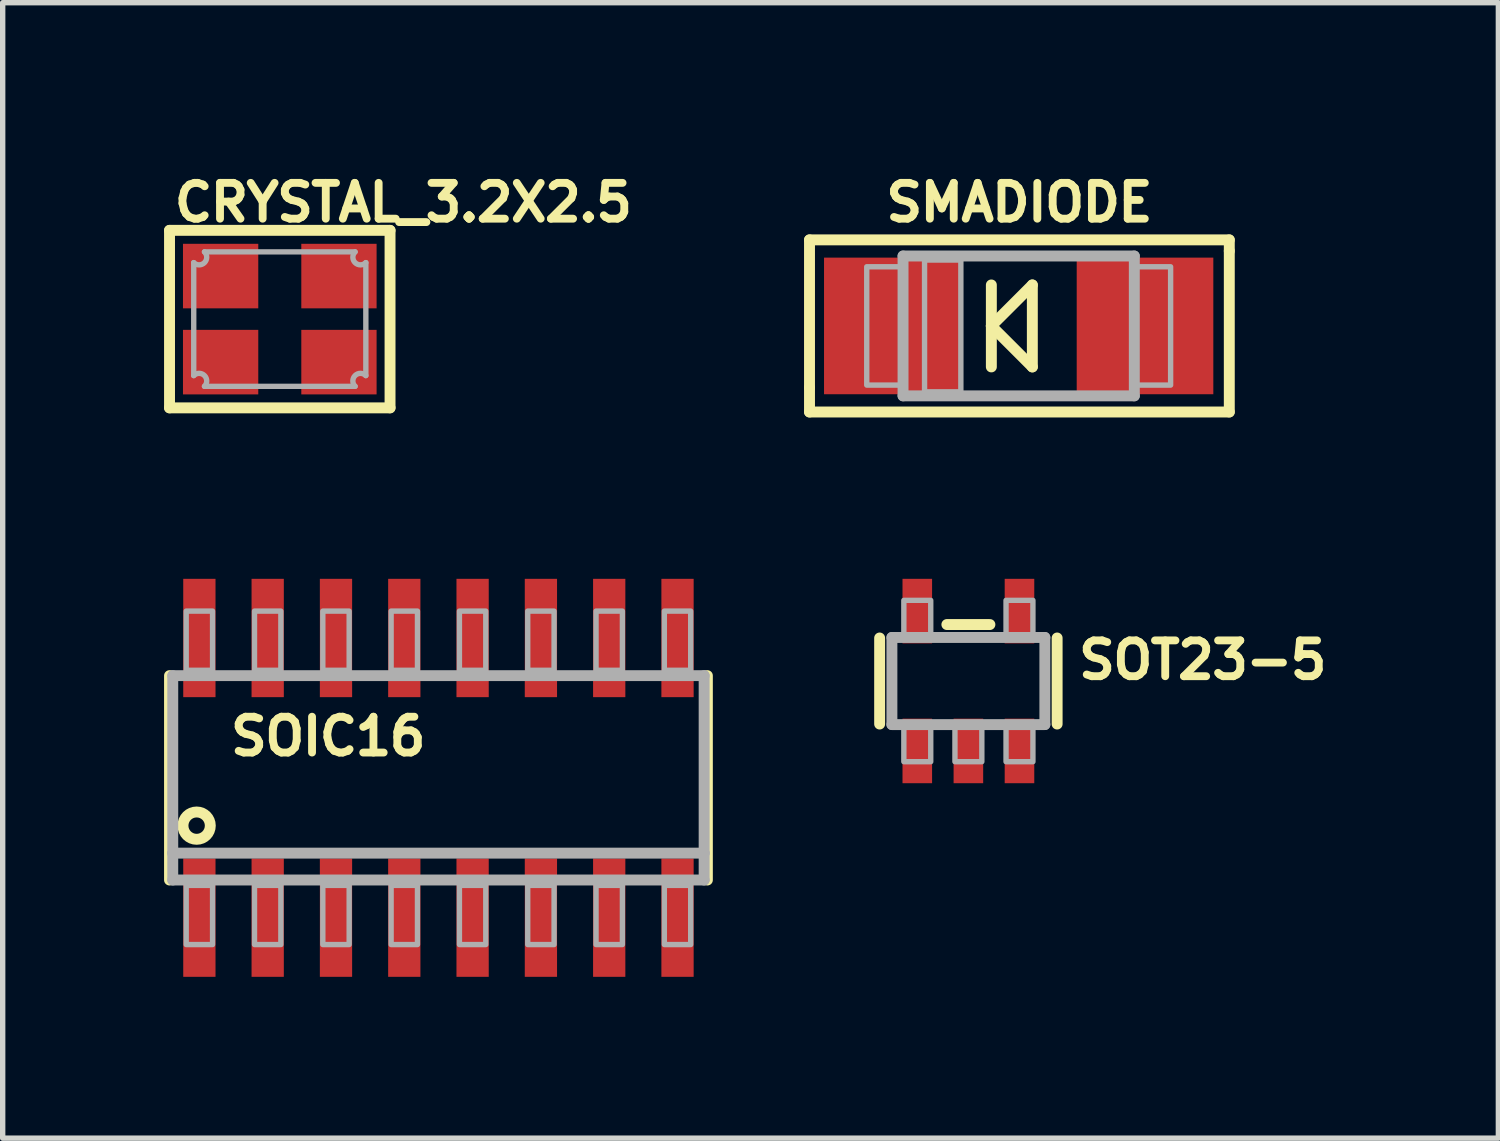
<source format=kicad_pcb>
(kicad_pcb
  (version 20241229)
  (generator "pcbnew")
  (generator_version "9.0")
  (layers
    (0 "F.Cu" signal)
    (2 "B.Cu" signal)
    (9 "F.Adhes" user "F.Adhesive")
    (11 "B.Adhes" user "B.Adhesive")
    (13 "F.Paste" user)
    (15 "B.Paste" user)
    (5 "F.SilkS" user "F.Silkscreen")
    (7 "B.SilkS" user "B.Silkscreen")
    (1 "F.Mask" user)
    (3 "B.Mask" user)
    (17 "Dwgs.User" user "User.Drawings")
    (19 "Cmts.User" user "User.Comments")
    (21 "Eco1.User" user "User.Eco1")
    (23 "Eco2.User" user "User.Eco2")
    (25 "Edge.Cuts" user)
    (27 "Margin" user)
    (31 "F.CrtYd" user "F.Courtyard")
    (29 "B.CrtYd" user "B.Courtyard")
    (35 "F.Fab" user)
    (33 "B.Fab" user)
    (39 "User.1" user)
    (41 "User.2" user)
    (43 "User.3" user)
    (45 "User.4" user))
  (footprint "SOT23-5"
    (layer "F.Cu")
    (at 14.955 9.612)
    (property "Reference" "SOT23-5" (at 1.978 0 0) (layer "F.SilkS") (effects (font (size 0.666 0.666) (thickness 0.146)) (justify left bottom)))
    (fp_line (start -1.65 -0.8) (end -1.65 0.8) (stroke (width 0.203) (type solid)) (layer "F.SilkS"))
    (fp_line (start -0.4 -1.05) (end 0.4 -1.05) (stroke (width 0.203) (type solid)) (layer "F.SilkS"))
    (fp_line (start 1.65 -0.8) (end 1.65 0.8) (stroke (width 0.203) (type solid)) (layer "F.SilkS"))
    (fp_line (start -1.422 -0.81) (end 1.422 -0.81) (stroke (width 0.203) (type solid)) (layer "F.Fab"))
    (fp_line (start -1.422 0.81) (end -1.422 -0.81) (stroke (width 0.203) (type solid)) (layer "F.Fab"))
    (fp_line (start 1.422 -0.81) (end 1.422 0.81) (stroke (width 0.203) (type solid)) (layer "F.Fab"))
    (fp_line (start 1.422 0.81) (end -1.422 0.81) (stroke (width 0.203) (type solid)) (layer "F.Fab"))
    (fp_poly (pts (xy -1.2 -0.85) (xy -0.7 -0.85) (xy -0.7 -1.5) (xy -1.2 -1.5)) (stroke (width 0.1) (type solid)) (fill no) (layer "F.Fab"))
    (fp_poly (pts (xy -1.2 1.5) (xy -0.7 1.5) (xy -0.7 0.85) (xy -1.2 0.85)) (stroke (width 0.1) (type solid)) (fill no) (layer "F.Fab"))
    (fp_poly (pts (xy -0.25 1.5) (xy 0.25 1.5) (xy 0.25 0.85) (xy -0.25 0.85)) (stroke (width 0.1) (type solid)) (fill no) (layer "F.Fab"))
    (fp_poly (pts (xy 0.7 -0.85) (xy 1.2 -0.85) (xy 1.2 -1.5) (xy 0.7 -1.5)) (stroke (width 0.1) (type solid)) (fill no) (layer "F.Fab"))
    (fp_poly (pts (xy 0.7 1.5) (xy 1.2 1.5) (xy 1.2 0.85) (xy 0.7 0.85)) (stroke (width 0.1) (type solid)) (fill no) (layer "F.Fab"))
    (pad "1" smd rect (at -0.95 1.3) (size 0.55 1.2) (layers "F.Cu" "F.Mask" "F.Paste"))
    (pad "2" smd rect (at 0 1.3) (size 0.55 1.2) (layers "F.Cu" "F.Mask" "F.Paste"))
    (pad "3" smd rect (at 0.95 1.3) (size 0.55 1.2) (layers "F.Cu" "F.Mask" "F.Paste"))
    (pad "4" smd rect (at 0.95 -1.3) (size 0.55 1.2) (layers "F.Cu" "F.Mask" "F.Paste"))
    (pad "5" smd rect (at -0.95 -1.3) (size 0.55 1.2) (layers "F.Cu" "F.Mask" "F.Paste")))
  (footprint "SMADIODE"
    (layer "F.Cu")
    (at 15.89 3.01)
    (property "Reference" "SMADIODE" (at -2.54 -1.905 0) (layer "F.SilkS") (effects (font (size 0.666 0.666) (thickness 0.146)) (justify left bottom)))
    (fp_line (start -3.889 -1.6) (end 3.916 -1.6) (stroke (width 0.203) (type solid)) (layer "F.SilkS"))
    (fp_line (start -3.889 1.146) (end -3.889 -1.6) (stroke (width 0.203) (type solid)) (layer "F.SilkS"))
    (fp_line (start -3.889 1.6) (end -3.889 1.146) (stroke (width 0.203) (type solid)) (layer "F.SilkS"))
    (fp_line (start -0.508 -0.762) (end -0.508 0) (stroke (width 0.203) (type solid)) (layer "F.SilkS"))
    (fp_line (start -0.508 0) (end -0.508 0.762) (stroke (width 0.203) (type solid)) (layer "F.SilkS"))
    (fp_line (start -0.508 0) (end 0.254 -0.762) (stroke (width 0.203) (type solid)) (layer "F.SilkS"))
    (fp_line (start 0.254 -0.762) (end 0.254 0.762) (stroke (width 0.203) (type solid)) (layer "F.SilkS"))
    (fp_line (start 0.254 0.762) (end -0.508 0) (stroke (width 0.203) (type solid)) (layer "F.SilkS"))
    (fp_line (start 3.916 -1.6) (end 3.916 -1.394) (stroke (width 0.203) (type solid)) (layer "F.SilkS"))
    (fp_line (start 3.916 -1.394) (end 3.916 1.6) (stroke (width 0.203) (type solid)) (layer "F.SilkS"))
    (fp_line (start 3.916 1.6) (end -3.889 1.6) (stroke (width 0.203) (type solid)) (layer "F.SilkS"))
    (fp_line (start -2.15 -1.3) (end 2.15 -1.3) (stroke (width 0.203) (type solid)) (layer "F.Fab"))
    (fp_line (start -2.15 1.3) (end -2.15 -1.3) (stroke (width 0.203) (type solid)) (layer "F.Fab"))
    (fp_line (start 2.15 -1.3) (end 2.15 1.3) (stroke (width 0.203) (type solid)) (layer "F.Fab"))
    (fp_line (start 2.15 1.3) (end -2.15 1.3) (stroke (width 0.203) (type solid)) (layer "F.Fab"))
    (fp_poly (pts (xy -2.825 1.1) (xy -2.175 1.1) (xy -2.175 -1.1) (xy -2.825 -1.1)) (stroke (width 0.1) (type solid)) (fill no) (layer "F.Fab"))
    (fp_poly (pts (xy -1.75 1.225) (xy -1.075 1.225) (xy -1.075 -1.225) (xy -1.75 -1.225)) (stroke (width 0.1) (type solid)) (fill no) (layer "F.Fab"))
    (fp_poly (pts (xy 2.825 -1.1) (xy 2.175 -1.1) (xy 2.175 1.1) (xy 2.825 1.1)) (stroke (width 0.1) (type solid)) (fill no) (layer "F.Fab"))
    (pad "A" smd rect (at 2.349 0 180) (size 2.54 2.54) (layers "F.Cu" "F.Mask" "F.Paste"))
    (pad "C" smd rect (at -2.349 0) (size 2.54 2.54) (layers "F.Cu" "F.Mask" "F.Paste")))
  (footprint "SOIC16"
    (layer "F.Cu")
    (at 5.102 11.412)
    (property "Reference" "SOIC16" (at -3.937 -0.381 0) (layer "F.SilkS") (effects (font (size 0.666 0.666) (thickness 0.146)) (justify left bottom)))
    (fp_line (start -5 -1.9) (end -5 1.9) (stroke (width 0.203) (type solid)) (layer "F.SilkS"))
    (fp_line (start 5 -1.9) (end 5 1.9) (stroke (width 0.203) (type solid)) (layer "F.SilkS"))
    (fp_circle (center -4.496 0.889) (end -4.242 0.889) (stroke (width 0.203) (type solid)) (fill no) (layer "F.SilkS"))
    (fp_line (start -4.94 -1.9) (end 4.94 -1.9) (stroke (width 0.203) (type solid)) (layer "F.Fab"))
    (fp_line (start -4.94 1.4) (end -4.94 -1.9) (stroke (width 0.203) (type solid)) (layer "F.Fab"))
    (fp_line (start -4.94 1.9) (end -4.94 1.4) (stroke (width 0.203) (type solid)) (layer "F.Fab"))
    (fp_line (start 4.94 -1.9) (end 4.94 1.4) (stroke (width 0.203) (type solid)) (layer "F.Fab"))
    (fp_line (start 4.94 1.4) (end -4.94 1.4) (stroke (width 0.203) (type solid)) (layer "F.Fab"))
    (fp_line (start 4.94 1.4) (end 4.94 1.9) (stroke (width 0.203) (type solid)) (layer "F.Fab"))
    (fp_line (start 4.94 1.9) (end -4.94 1.9) (stroke (width 0.203) (type solid)) (layer "F.Fab"))
    (fp_poly (pts (xy -4.69 -2) (xy -4.2 -2) (xy -4.2 -3.1) (xy -4.69 -3.1)) (stroke (width 0.1) (type solid)) (fill no) (layer "F.Fab"))
    (fp_poly (pts (xy -4.69 3.1) (xy -4.2 3.1) (xy -4.2 2) (xy -4.69 2)) (stroke (width 0.1) (type solid)) (fill no) (layer "F.Fab"))
    (fp_poly (pts (xy -3.42 -2) (xy -2.93 -2) (xy -2.93 -3.1) (xy -3.42 -3.1)) (stroke (width 0.1) (type solid)) (fill no) (layer "F.Fab"))
    (fp_poly (pts (xy -3.42 3.1) (xy -2.93 3.1) (xy -2.93 2) (xy -3.42 2)) (stroke (width 0.1) (type solid)) (fill no) (layer "F.Fab"))
    (fp_poly (pts (xy -2.15 -2) (xy -1.66 -2) (xy -1.66 -3.1) (xy -2.15 -3.1)) (stroke (width 0.1) (type solid)) (fill no) (layer "F.Fab"))
    (fp_poly (pts (xy -2.15 3.1) (xy -1.66 3.1) (xy -1.66 2) (xy -2.15 2)) (stroke (width 0.1) (type solid)) (fill no) (layer "F.Fab"))
    (fp_poly (pts (xy -0.88 -2) (xy -0.39 -2) (xy -0.39 -3.1) (xy -0.88 -3.1)) (stroke (width 0.1) (type solid)) (fill no) (layer "F.Fab"))
    (fp_poly (pts (xy -0.88 3.1) (xy -0.39 3.1) (xy -0.39 2) (xy -0.88 2)) (stroke (width 0.1) (type solid)) (fill no) (layer "F.Fab"))
    (fp_poly (pts (xy 0.39 -2) (xy 0.88 -2) (xy 0.88 -3.1) (xy 0.39 -3.1)) (stroke (width 0.1) (type solid)) (fill no) (layer "F.Fab"))
    (fp_poly (pts (xy 0.39 3.1) (xy 0.88 3.1) (xy 0.88 2) (xy 0.39 2)) (stroke (width 0.1) (type solid)) (fill no) (layer "F.Fab"))
    (fp_poly (pts (xy 1.66 -2) (xy 2.15 -2) (xy 2.15 -3.1) (xy 1.66 -3.1)) (stroke (width 0.1) (type solid)) (fill no) (layer "F.Fab"))
    (fp_poly (pts (xy 1.66 3.1) (xy 2.15 3.1) (xy 2.15 2) (xy 1.66 2)) (stroke (width 0.1) (type solid)) (fill no) (layer "F.Fab"))
    (fp_poly (pts (xy 2.93 -2) (xy 3.42 -2) (xy 3.42 -3.1) (xy 2.93 -3.1)) (stroke (width 0.1) (type solid)) (fill no) (layer "F.Fab"))
    (fp_poly (pts (xy 2.93 3.1) (xy 3.42 3.1) (xy 3.42 2) (xy 2.93 2)) (stroke (width 0.1) (type solid)) (fill no) (layer "F.Fab"))
    (fp_poly (pts (xy 4.2 -2) (xy 4.69 -2) (xy 4.69 -3.1) (xy 4.2 -3.1)) (stroke (width 0.1) (type solid)) (fill no) (layer "F.Fab"))
    (fp_poly (pts (xy 4.2 3.1) (xy 4.69 3.1) (xy 4.69 2) (xy 4.2 2)) (stroke (width 0.1) (type solid)) (fill no) (layer "F.Fab"))
    (pad "1" smd rect (at -4.445 2.6) (size 0.6 2.2) (layers "F.Cu" "F.Mask" "F.Paste"))
    (pad "2" smd rect (at -3.175 2.6) (size 0.6 2.2) (layers "F.Cu" "F.Mask" "F.Paste"))
    (pad "3" smd rect (at -1.905 2.6) (size 0.6 2.2) (layers "F.Cu" "F.Mask" "F.Paste"))
    (pad "4" smd rect (at -0.635 2.6) (size 0.6 2.2) (layers "F.Cu" "F.Mask" "F.Paste"))
    (pad "5" smd rect (at 0.635 2.6) (size 0.6 2.2) (layers "F.Cu" "F.Mask" "F.Paste"))
    (pad "6" smd rect (at 1.905 2.6) (size 0.6 2.2) (layers "F.Cu" "F.Mask" "F.Paste"))
    (pad "7" smd rect (at 3.175 2.6) (size 0.6 2.2) (layers "F.Cu" "F.Mask" "F.Paste"))
    (pad "8" smd rect (at 4.445 2.6) (size 0.6 2.2) (layers "F.Cu" "F.Mask" "F.Paste"))
    (pad "9" smd rect (at 4.445 -2.6) (size 0.6 2.2) (layers "F.Cu" "F.Mask" "F.Paste"))
    (pad "10" smd rect (at 3.175 -2.6) (size 0.6 2.2) (layers "F.Cu" "F.Mask" "F.Paste"))
    (pad "11" smd rect (at 1.905 -2.6) (size 0.6 2.2) (layers "F.Cu" "F.Mask" "F.Paste"))
    (pad "12" smd rect (at 0.635 -2.6) (size 0.6 2.2) (layers "F.Cu" "F.Mask" "F.Paste"))
    (pad "13" smd rect (at -0.635 -2.6) (size 0.6 2.2) (layers "F.Cu" "F.Mask" "F.Paste"))
    (pad "14" smd rect (at -1.905 -2.6) (size 0.6 2.2) (layers "F.Cu" "F.Mask" "F.Paste"))
    (pad "15" smd rect (at -3.175 -2.6) (size 0.6 2.2) (layers "F.Cu" "F.Mask" "F.Paste"))
    (pad "16" smd rect (at -4.445 -2.6) (size 0.6 2.2) (layers "F.Cu" "F.Mask" "F.Paste")))
  (footprint "CRYSTAL_3.2X2.5"
    (layer "F.Cu")
    (at 2.152 2.883)
    (property "Reference" "CRYSTAL_3.2X2.5" (at -2.032 -1.778 0) (layer "F.SilkS") (effects (font (size 0.666 0.666) (thickness 0.146)) (justify left bottom)))
    (fp_line (start -2.05 -1.65) (end -2.05 1.65) (stroke (width 0.203) (type solid)) (layer "F.SilkS"))
    (fp_line (start -2.05 -1.65) (end 2.05 -1.65) (stroke (width 0.203) (type solid)) (layer "F.SilkS"))
    (fp_line (start -2.05 1.65) (end 2.05 1.65) (stroke (width 0.203) (type solid)) (layer "F.SilkS"))
    (fp_line (start 2.05 -1.65) (end 2.05 1.65) (stroke (width 0.203) (type solid)) (layer "F.SilkS"))
    (fp_line (start -1.6 -1.05) (end -1.6 1.05) (stroke (width 0.1) (type solid)) (layer "F.Fab"))
    (fp_line (start -1.4 -1.25) (end 1.4 -1.25) (stroke (width 0.1) (type solid)) (layer "F.Fab"))
    (fp_line (start -1.4 1.25) (end 1.4 1.25) (stroke (width 0.1) (type solid)) (layer "F.Fab"))
    (fp_line (start 1.6 -1.05) (end 1.6 1.05) (stroke (width 0.1) (type solid)) (layer "F.Fab"))
    (fp_arc (start -1.6 1.05) (mid -1.4 1.05) (end -1.4 1.25) (stroke (width 0.1) (type solid)) (layer "F.Fab"))
    (fp_arc (start -1.4 -1.25) (mid -1.4 -1.05) (end -1.6 -1.05) (stroke (width 0.1) (type solid)) (layer "F.Fab"))
    (fp_arc (start 1.4 1.25) (mid 1.4 1.05) (end 1.6 1.05) (stroke (width 0.1) (type solid)) (layer "F.Fab"))
    (fp_arc (start 1.6 -1.05) (mid 1.4 -1.05) (end 1.4 -1.25) (stroke (width 0.1) (type solid)) (layer "F.Fab"))
    (pad "1" smd rect (at -1.1 0.8) (size 1.4 1.2) (layers "F.Cu" "F.Mask" "F.Paste"))
    (pad "2" smd rect (at 1.1 -0.8) (size 1.4 1.2) (layers "F.Cu" "F.Mask" "F.Paste"))
    (pad "GND1" smd rect (at -1.1 -0.8) (size 1.4 1.2) (layers "F.Cu" "F.Mask" "F.Paste"))
    (pad "GND2" smd rect (at 1.1 0.8) (size 1.4 1.2) (layers "F.Cu" "F.Mask" "F.Paste")))
  (gr_rect
    (start -3 -3)
    (end 24.809 18.112)
    (stroke (width 0.1) (type default))
    (fill no)
    (layer "Edge.Cuts")))
</source>
